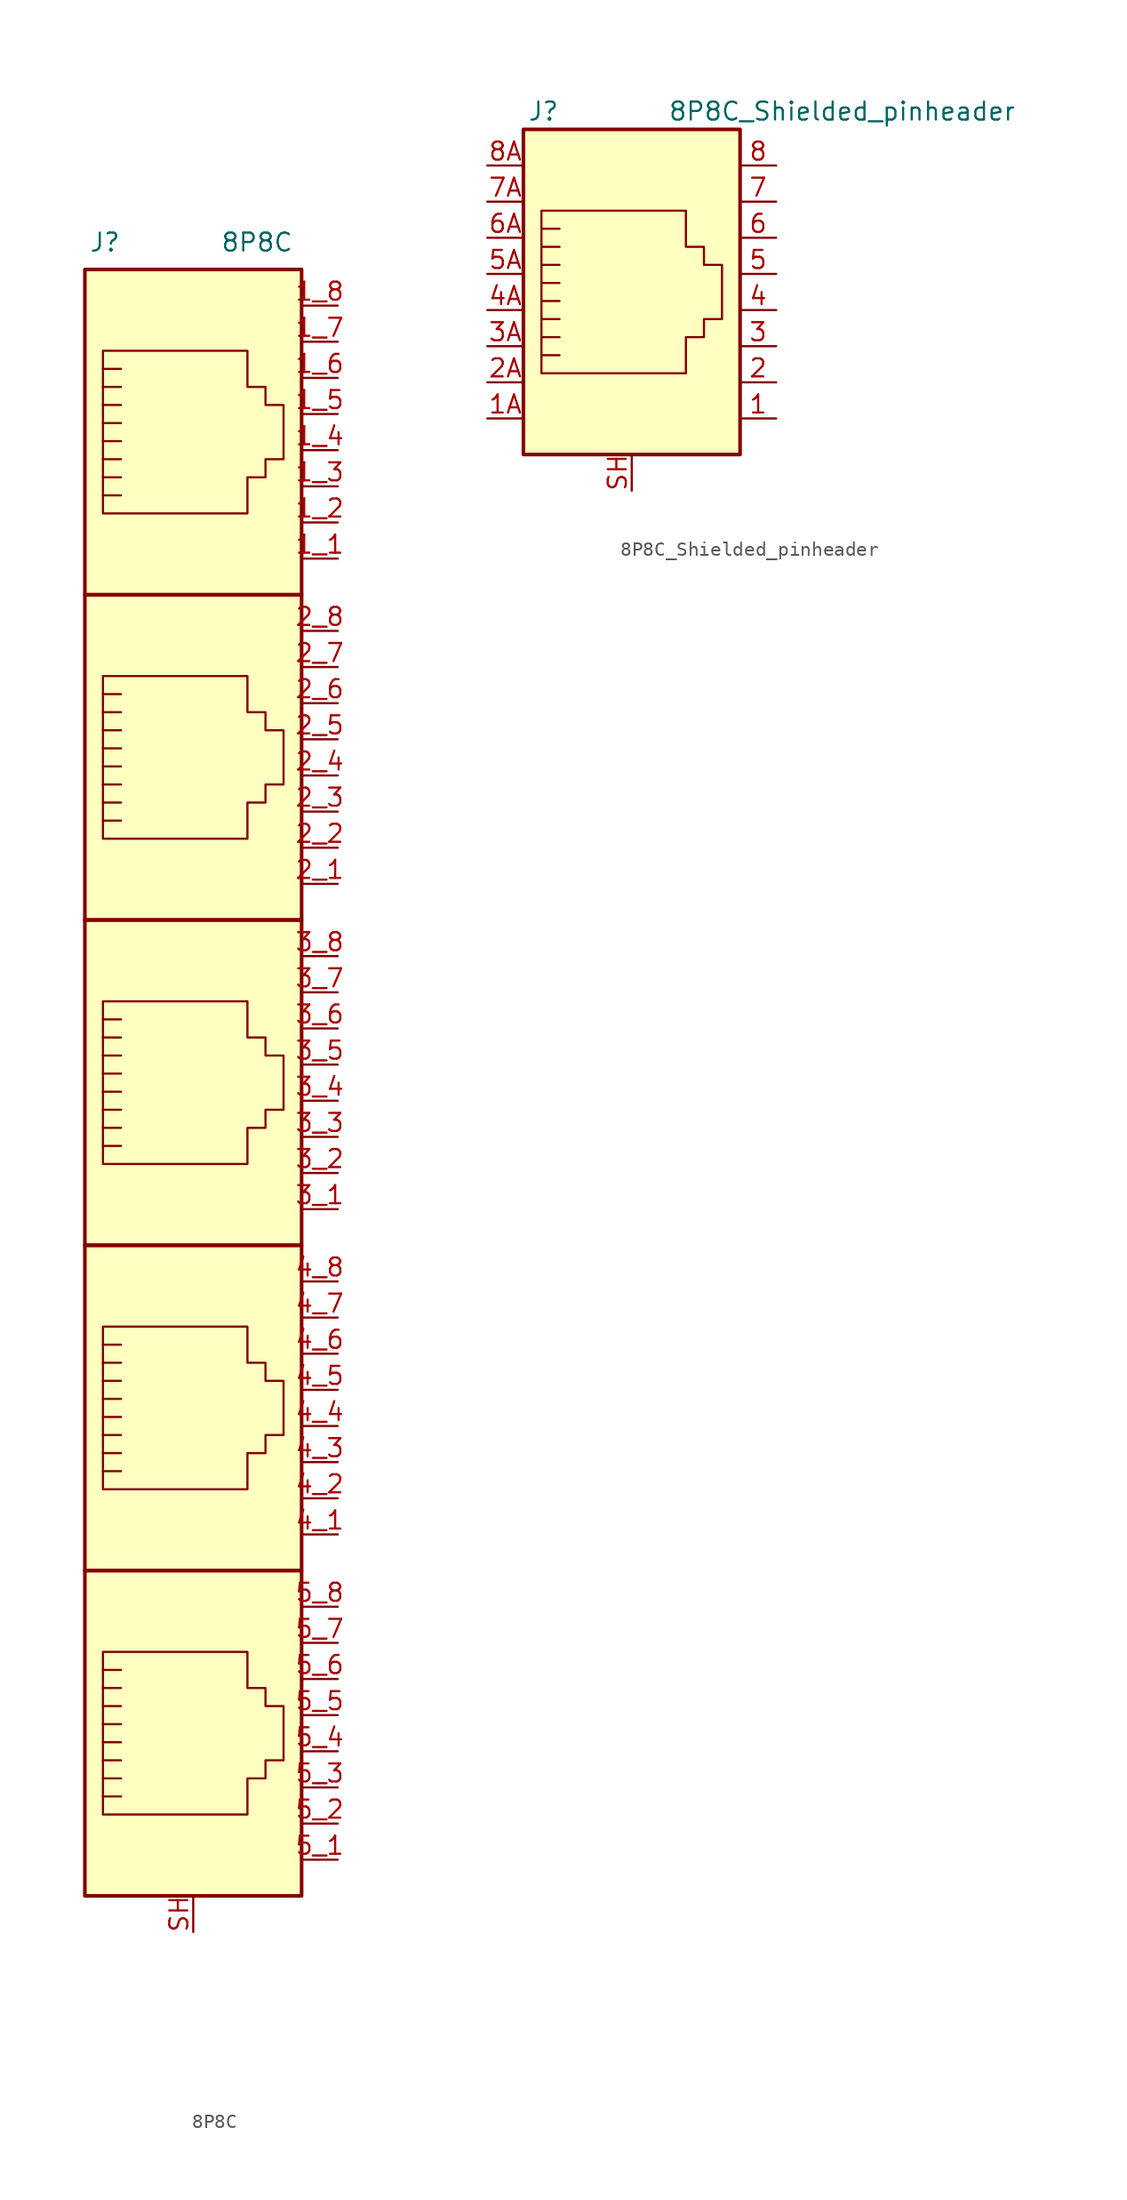
<source format=kicad_sym>
(kicad_symbol_lib
  (version 20231120)
  (generator "kicad_symbol_editor")
  (generator_version "8.0")
  (symbol "8P8C"
    (pin_names
      (offset 1.016))
    (property "Reference" "J"
      (at -5.08 60.325 0)
      (effects (font (size 1.27 1.27)) (justify right)))
    (property "Value" "8P8C"
      (at 1.905 60.325 0)
      (effects (font (size 1.27 1.27)) (justify left)))
    (symbol "8P8C_0_1"
      (polyline (pts (xy -5.08 4.445) (xy -6.35 4.445)) (stroke (width 0) (type solid)) (fill (type none)))
      (polyline (pts (xy -5.08 5.715) (xy -6.35 5.715)) (stroke (width 0) (type solid)) (fill (type none)))
      (polyline (pts (xy -6.35 -3.175) (xy -5.08 -3.175) (xy -5.08 -3.175)) (stroke (width 0) (type solid)) (fill (type none)))
      (polyline (pts (xy -6.35 -1.905) (xy -5.08 -1.905) (xy -5.08 -1.905)) (stroke (width 0) (type solid)) (fill (type none)))
      (polyline (pts (xy -6.35 -0.635) (xy -5.08 -0.635) (xy -5.08 -0.635)) (stroke (width 0) (type solid)) (fill (type none)))
      (polyline (pts (xy -6.35 0.635) (xy -5.08 0.635) (xy -5.08 0.635)) (stroke (width 0) (type solid)) (fill (type none)))
      (polyline (pts (xy -6.35 1.905) (xy -5.08 1.905) (xy -5.08 1.905)) (stroke (width 0) (type solid)) (fill (type none)))
      (polyline (pts (xy -5.08 3.175) (xy -6.35 3.175) (xy -6.35 3.175)) (stroke (width 0) (type solid)) (fill (type none)))
      (polyline (pts (xy -6.35 -4.445) (xy -6.35 6.985) (xy 3.81 6.985) (xy 3.81 4.445) (xy 5.08 4.445) (xy 5.08 3.175) (xy 6.35 3.175) (xy 6.35 -0.635) (xy 5.08 -0.635) (xy 5.08 -1.905) (xy 3.81 -1.905) (xy 3.81 -4.445) (xy -6.35 -4.445) (xy -6.35 -4.445)) (stroke (width 0) (type solid)) (fill (type none)))
      (rectangle (start 7.62 12.7) (end -7.62 -10.16) (stroke (width 0.254) (type solid)) (fill (type background))))
    (symbol "8P8C_1_1"
      (polyline (pts (xy -5.08 -41.275) (xy -6.35 -41.275)) (stroke (width 0) (type solid)) (fill (type none)))
      (polyline (pts (xy -5.08 -40.005) (xy -6.35 -40.005)) (stroke (width 0) (type solid)) (fill (type none)))
      (polyline (pts (xy -5.08 -18.415) (xy -6.35 -18.415)) (stroke (width 0) (type solid)) (fill (type none)))
      (polyline (pts (xy -5.08 -17.145) (xy -6.35 -17.145)) (stroke (width 0) (type solid)) (fill (type none)))
      (polyline (pts (xy -5.08 27.305) (xy -6.35 27.305)) (stroke (width 0) (type solid)) (fill (type none)))
      (polyline (pts (xy -5.08 28.575) (xy -6.35 28.575)) (stroke (width 0) (type solid)) (fill (type none)))
      (polyline (pts (xy -5.08 50.165) (xy -6.35 50.165)) (stroke (width 0) (type solid)) (fill (type none)))
      (polyline (pts (xy -5.08 51.435) (xy -6.35 51.435)) (stroke (width 0) (type solid)) (fill (type none)))
      (polyline (pts (xy -6.35 -48.895) (xy -5.08 -48.895) (xy -5.08 -48.895)) (stroke (width 0) (type solid)) (fill (type none)))
      (polyline (pts (xy -6.35 -47.625) (xy -5.08 -47.625) (xy -5.08 -47.625)) (stroke (width 0) (type solid)) (fill (type none)))
      (polyline (pts (xy -6.35 -46.355) (xy -5.08 -46.355) (xy -5.08 -46.355)) (stroke (width 0) (type solid)) (fill (type none)))
      (polyline (pts (xy -6.35 -45.085) (xy -5.08 -45.085) (xy -5.08 -45.085)) (stroke (width 0) (type solid)) (fill (type none)))
      (polyline (pts (xy -6.35 -43.815) (xy -5.08 -43.815) (xy -5.08 -43.815)) (stroke (width 0) (type solid)) (fill (type none)))
      (polyline (pts (xy -6.35 -26.035) (xy -5.08 -26.035) (xy -5.08 -26.035)) (stroke (width 0) (type solid)) (fill (type none)))
      (polyline (pts (xy -6.35 -24.765) (xy -5.08 -24.765) (xy -5.08 -24.765)) (stroke (width 0) (type solid)) (fill (type none)))
      (polyline (pts (xy -6.35 -23.495) (xy -5.08 -23.495) (xy -5.08 -23.495)) (stroke (width 0) (type solid)) (fill (type none)))
      (polyline (pts (xy -6.35 -22.225) (xy -5.08 -22.225) (xy -5.08 -22.225)) (stroke (width 0) (type solid)) (fill (type none)))
      (polyline (pts (xy -6.35 -20.955) (xy -5.08 -20.955) (xy -5.08 -20.955)) (stroke (width 0) (type solid)) (fill (type none)))
      (polyline (pts (xy -6.35 19.685) (xy -5.08 19.685) (xy -5.08 19.685)) (stroke (width 0) (type solid)) (fill (type none)))
      (polyline (pts (xy -6.35 20.955) (xy -5.08 20.955) (xy -5.08 20.955)) (stroke (width 0) (type solid)) (fill (type none)))
      (polyline (pts (xy -6.35 22.225) (xy -5.08 22.225) (xy -5.08 22.225)) (stroke (width 0) (type solid)) (fill (type none)))
      (polyline (pts (xy -6.35 23.495) (xy -5.08 23.495) (xy -5.08 23.495)) (stroke (width 0) (type solid)) (fill (type none)))
      (polyline (pts (xy -6.35 24.765) (xy -5.08 24.765) (xy -5.08 24.765)) (stroke (width 0) (type solid)) (fill (type none)))
      (polyline (pts (xy -6.35 42.545) (xy -5.08 42.545) (xy -5.08 42.545)) (stroke (width 0) (type solid)) (fill (type none)))
      (polyline (pts (xy -6.35 43.815) (xy -5.08 43.815) (xy -5.08 43.815)) (stroke (width 0) (type solid)) (fill (type none)))
      (polyline (pts (xy -6.35 45.085) (xy -5.08 45.085) (xy -5.08 45.085)) (stroke (width 0) (type solid)) (fill (type none)))
      (polyline (pts (xy -6.35 46.355) (xy -5.08 46.355) (xy -5.08 46.355)) (stroke (width 0) (type solid)) (fill (type none)))
      (polyline (pts (xy -6.35 47.625) (xy -5.08 47.625) (xy -5.08 47.625)) (stroke (width 0) (type solid)) (fill (type none)))
      (polyline (pts (xy -5.08 -42.545) (xy -6.35 -42.545) (xy -6.35 -42.545)) (stroke (width 0) (type solid)) (fill (type none)))
      (polyline (pts (xy -5.08 -19.685) (xy -6.35 -19.685) (xy -6.35 -19.685)) (stroke (width 0) (type solid)) (fill (type none)))
      (polyline (pts (xy -5.08 26.035) (xy -6.35 26.035) (xy -6.35 26.035)) (stroke (width 0) (type solid)) (fill (type none)))
      (polyline (pts (xy -5.08 48.895) (xy -6.35 48.895) (xy -6.35 48.895)) (stroke (width 0) (type solid)) (fill (type none)))
      (polyline (pts (xy -6.35 -50.165) (xy -6.35 -38.735) (xy 3.81 -38.735) (xy 3.81 -41.275) (xy 5.08 -41.275) (xy 5.08 -42.545) (xy 6.35 -42.545) (xy 6.35 -46.355) (xy 5.08 -46.355) (xy 5.08 -47.625) (xy 3.81 -47.625) (xy 3.81 -50.165) (xy -6.35 -50.165) (xy -6.35 -50.165)) (stroke (width 0) (type solid)) (fill (type none)))
      (polyline (pts (xy -6.35 -27.305) (xy -6.35 -15.875) (xy 3.81 -15.875) (xy 3.81 -18.415) (xy 5.08 -18.415) (xy 5.08 -19.685) (xy 6.35 -19.685) (xy 6.35 -23.495) (xy 5.08 -23.495) (xy 5.08 -24.765) (xy 3.81 -24.765) (xy 3.81 -27.305) (xy -6.35 -27.305) (xy -6.35 -27.305)) (stroke (width 0) (type solid)) (fill (type none)))
      (polyline (pts (xy -6.35 18.415) (xy -6.35 29.845) (xy 3.81 29.845) (xy 3.81 27.305) (xy 5.08 27.305) (xy 5.08 26.035) (xy 6.35 26.035) (xy 6.35 22.225) (xy 5.08 22.225) (xy 5.08 20.955) (xy 3.81 20.955) (xy 3.81 18.415) (xy -6.35 18.415) (xy -6.35 18.415)) (stroke (width 0) (type solid)) (fill (type none)))
      (polyline (pts (xy -6.35 41.275) (xy -6.35 52.705) (xy 3.81 52.705) (xy 3.81 50.165) (xy 5.08 50.165) (xy 5.08 48.895) (xy 6.35 48.895) (xy 6.35 45.085) (xy 5.08 45.085) (xy 5.08 43.815) (xy 3.81 43.815) (xy 3.81 41.275) (xy -6.35 41.275) (xy -6.35 41.275)) (stroke (width 0) (type solid)) (fill (type none)))
      (rectangle (start 7.62 -33.02) (end -7.62 -55.88) (stroke (width 0.254) (type solid)) (fill (type background)))
      (rectangle (start 7.62 -10.16) (end -7.62 -33.02) (stroke (width 0.254) (type solid)) (fill (type background)))
      (rectangle (start 7.62 35.56) (end -7.62 12.7) (stroke (width 0.254) (type solid)) (fill (type background)))
      (rectangle (start 7.62 58.42) (end -7.62 35.56) (stroke (width 0.254) (type solid)) (fill (type background)))
      (pin passive line (at 10.16 38.1 180) (length 2.54) (name "~" (effects (font (size 1.27 1.27)))) (number "1_1" (effects (font (size 1.27 1.27)))))
      (pin passive line (at 10.16 40.64 180) (length 2.54) (name "~" (effects (font (size 1.27 1.27)))) (number "1_2" (effects (font (size 1.27 1.27)))))
      (pin passive line (at 10.16 43.18 180) (length 2.54) (name "~" (effects (font (size 1.27 1.27)))) (number "1_3" (effects (font (size 1.27 1.27)))))
      (pin passive line (at 10.16 45.72 180) (length 2.54) (name "~" (effects (font (size 1.27 1.27)))) (number "1_4" (effects (font (size 1.27 1.27)))))
      (pin passive line (at 10.16 48.26 180) (length 2.54) (name "~" (effects (font (size 1.27 1.27)))) (number "1_5" (effects (font (size 1.27 1.27)))))
      (pin passive line (at 10.16 50.8 180) (length 2.54) (name "~" (effects (font (size 1.27 1.27)))) (number "1_6" (effects (font (size 1.27 1.27)))))
      (pin passive line (at 10.16 53.34 180) (length 2.54) (name "~" (effects (font (size 1.27 1.27)))) (number "1_7" (effects (font (size 1.27 1.27)))))
      (pin passive line (at 10.16 55.88 180) (length 2.54) (name "~" (effects (font (size 1.27 1.27)))) (number "1_8" (effects (font (size 1.27 1.27)))))
      (pin passive line (at 10.16 15.24 180) (length 2.54) (name "~" (effects (font (size 1.27 1.27)))) (number "2_1" (effects (font (size 1.27 1.27)))))
      (pin passive line (at 10.16 17.78 180) (length 2.54) (name "~" (effects (font (size 1.27 1.27)))) (number "2_2" (effects (font (size 1.27 1.27)))))
      (pin passive line (at 10.16 20.32 180) (length 2.54) (name "~" (effects (font (size 1.27 1.27)))) (number "2_3" (effects (font (size 1.27 1.27)))))
      (pin passive line (at 10.16 22.86 180) (length 2.54) (name "~" (effects (font (size 1.27 1.27)))) (number "2_4" (effects (font (size 1.27 1.27)))))
      (pin passive line (at 10.16 25.4 180) (length 2.54) (name "~" (effects (font (size 1.27 1.27)))) (number "2_5" (effects (font (size 1.27 1.27)))))
      (pin passive line (at 10.16 27.94 180) (length 2.54) (name "~" (effects (font (size 1.27 1.27)))) (number "2_6" (effects (font (size 1.27 1.27)))))
      (pin passive line (at 10.16 30.48 180) (length 2.54) (name "~" (effects (font (size 1.27 1.27)))) (number "2_7" (effects (font (size 1.27 1.27)))))
      (pin passive line (at 10.16 33.02 180) (length 2.54) (name "~" (effects (font (size 1.27 1.27)))) (number "2_8" (effects (font (size 1.27 1.27)))))
      (pin passive line (at 10.16 -7.62 180) (length 2.54) (name "~" (effects (font (size 1.27 1.27)))) (number "3_1" (effects (font (size 1.27 1.27)))))
      (pin passive line (at 10.16 -5.08 180) (length 2.54) (name "~" (effects (font (size 1.27 1.27)))) (number "3_2" (effects (font (size 1.27 1.27)))))
      (pin passive line (at 10.16 -2.54 180) (length 2.54) (name "~" (effects (font (size 1.27 1.27)))) (number "3_3" (effects (font (size 1.27 1.27)))))
      (pin passive line (at 10.16 0 180) (length 2.54) (name "~" (effects (font (size 1.27 1.27)))) (number "3_4" (effects (font (size 1.27 1.27)))))
      (pin passive line (at 10.16 2.54 180) (length 2.54) (name "~" (effects (font (size 1.27 1.27)))) (number "3_5" (effects (font (size 1.27 1.27)))))
      (pin passive line (at 10.16 5.08 180) (length 2.54) (name "~" (effects (font (size 1.27 1.27)))) (number "3_6" (effects (font (size 1.27 1.27)))))
      (pin passive line (at 10.16 7.62 180) (length 2.54) (name "~" (effects (font (size 1.27 1.27)))) (number "3_7" (effects (font (size 1.27 1.27)))))
      (pin passive line (at 10.16 10.16 180) (length 2.54) (name "~" (effects (font (size 1.27 1.27)))) (number "3_8" (effects (font (size 1.27 1.27)))))
      (pin passive line (at 10.16 -30.48 180) (length 2.54) (name "~" (effects (font (size 1.27 1.27)))) (number "4_1" (effects (font (size 1.27 1.27)))))
      (pin passive line (at 10.16 -27.94 180) (length 2.54) (name "~" (effects (font (size 1.27 1.27)))) (number "4_2" (effects (font (size 1.27 1.27)))))
      (pin passive line (at 10.16 -25.4 180) (length 2.54) (name "~" (effects (font (size 1.27 1.27)))) (number "4_3" (effects (font (size 1.27 1.27)))))
      (pin passive line (at 10.16 -22.86 180) (length 2.54) (name "~" (effects (font (size 1.27 1.27)))) (number "4_4" (effects (font (size 1.27 1.27)))))
      (pin passive line (at 10.16 -20.32 180) (length 2.54) (name "~" (effects (font (size 1.27 1.27)))) (number "4_5" (effects (font (size 1.27 1.27)))))
      (pin passive line (at 10.16 -17.78 180) (length 2.54) (name "~" (effects (font (size 1.27 1.27)))) (number "4_6" (effects (font (size 1.27 1.27)))))
      (pin passive line (at 10.16 -15.24 180) (length 2.54) (name "~" (effects (font (size 1.27 1.27)))) (number "4_7" (effects (font (size 1.27 1.27)))))
      (pin passive line (at 10.16 -12.7 180) (length 2.54) (name "~" (effects (font (size 1.27 1.27)))) (number "4_8" (effects (font (size 1.27 1.27)))))
      (pin passive line (at 10.16 -53.34 180) (length 2.54) (name "~" (effects (font (size 1.27 1.27)))) (number "5_1" (effects (font (size 1.27 1.27)))))
      (pin passive line (at 10.16 -50.8 180) (length 2.54) (name "~" (effects (font (size 1.27 1.27)))) (number "5_2" (effects (font (size 1.27 1.27)))))
      (pin passive line (at 10.16 -48.26 180) (length 2.54) (name "~" (effects (font (size 1.27 1.27)))) (number "5_3" (effects (font (size 1.27 1.27)))))
      (pin passive line (at 10.16 -45.72 180) (length 2.54) (name "~" (effects (font (size 1.27 1.27)))) (number "5_4" (effects (font (size 1.27 1.27)))))
      (pin passive line (at 10.16 -43.18 180) (length 2.54) (name "~" (effects (font (size 1.27 1.27)))) (number "5_5" (effects (font (size 1.27 1.27)))))
      (pin passive line (at 10.16 -40.64 180) (length 2.54) (name "~" (effects (font (size 1.27 1.27)))) (number "5_6" (effects (font (size 1.27 1.27)))))
      (pin passive line (at 10.16 -38.1 180) (length 2.54) (name "~" (effects (font (size 1.27 1.27)))) (number "5_7" (effects (font (size 1.27 1.27)))))
      (pin passive line (at 10.16 -35.56 180) (length 2.54) (name "~" (effects (font (size 1.27 1.27)))) (number "5_8" (effects (font (size 1.27 1.27)))))
      (pin passive line (at 0 -58.42 90) (length 2.54) (name "~" (effects (font (size 1.27 1.27)))) (number "SH" (effects (font (size 1.27 1.27)))))))
  (symbol "8P8C_Shielded_pinheader"
    (pin_names
      (offset 1.016))
    (property "Reference" "J"
      (at -5.08 13.97 0)
      (effects (font (size 1.27 1.27)) (justify right)))
    (property "Value" "8P8C_Shielded_pinheader"
      (at 2.54 13.97 0)
      (effects (font (size 1.27 1.27)) (justify left)))
    (symbol "8P8C_Shielded_pinheader_0_1"
      (polyline (pts (xy -5.08 4.445) (xy -6.35 4.445)) (stroke (width 0) (type solid)) (fill (type none)))
      (polyline (pts (xy -5.08 5.715) (xy -6.35 5.715)) (stroke (width 0) (type solid)) (fill (type none)))
      (polyline (pts (xy -6.35 -3.175) (xy -5.08 -3.175) (xy -5.08 -3.175)) (stroke (width 0) (type solid)) (fill (type none)))
      (polyline (pts (xy -6.35 -1.905) (xy -5.08 -1.905) (xy -5.08 -1.905)) (stroke (width 0) (type solid)) (fill (type none)))
      (polyline (pts (xy -6.35 -0.635) (xy -5.08 -0.635) (xy -5.08 -0.635)) (stroke (width 0) (type solid)) (fill (type none)))
      (polyline (pts (xy -6.35 0.635) (xy -5.08 0.635) (xy -5.08 0.635)) (stroke (width 0) (type solid)) (fill (type none)))
      (polyline (pts (xy -6.35 1.905) (xy -5.08 1.905) (xy -5.08 1.905)) (stroke (width 0) (type solid)) (fill (type none)))
      (polyline (pts (xy -5.08 3.175) (xy -6.35 3.175) (xy -6.35 3.175)) (stroke (width 0) (type solid)) (fill (type none)))
      (polyline (pts (xy -6.35 -4.445) (xy -6.35 6.985) (xy 3.81 6.985) (xy 3.81 4.445) (xy 5.08 4.445) (xy 5.08 3.175) (xy 6.35 3.175) (xy 6.35 -0.635) (xy 5.08 -0.635) (xy 5.08 -1.905) (xy 3.81 -1.905) (xy 3.81 -4.445) (xy -6.35 -4.445) (xy -6.35 -4.445)) (stroke (width 0) (type solid)) (fill (type none)))
      (rectangle (start 7.62 12.7) (end -7.62 -10.16) (stroke (width 0.254) (type solid)) (fill (type background))))
    (symbol "8P8C_Shielded_pinheader_1_1"
      (pin passive line (at 10.16 -7.62 180) (length 2.54) (name "~" (effects (font (size 1.27 1.27)))) (number "1" (effects (font (size 1.27 1.27)))))
      (pin passive line (at -10.16 -7.62 0) (length 2.54) (name "~" (effects (font (size 1.27 1.27)))) (number "1A" (effects (font (size 1.27 1.27)))))
      (pin passive line (at 10.16 -5.08 180) (length 2.54) (name "~" (effects (font (size 1.27 1.27)))) (number "2" (effects (font (size 1.27 1.27)))))
      (pin passive line (at -10.16 -5.08 0) (length 2.54) (name "~" (effects (font (size 1.27 1.27)))) (number "2A" (effects (font (size 1.27 1.27)))))
      (pin passive line (at 10.16 -2.54 180) (length 2.54) (name "~" (effects (font (size 1.27 1.27)))) (number "3" (effects (font (size 1.27 1.27)))))
      (pin passive line (at -10.16 -2.54 0) (length 2.54) (name "~" (effects (font (size 1.27 1.27)))) (number "3A" (effects (font (size 1.27 1.27)))))
      (pin passive line (at 10.16 0 180) (length 2.54) (name "~" (effects (font (size 1.27 1.27)))) (number "4" (effects (font (size 1.27 1.27)))))
      (pin passive line (at -10.16 0 0) (length 2.54) (name "~" (effects (font (size 1.27 1.27)))) (number "4A" (effects (font (size 1.27 1.27)))))
      (pin passive line (at 10.16 2.54 180) (length 2.54) (name "~" (effects (font (size 1.27 1.27)))) (number "5" (effects (font (size 1.27 1.27)))))
      (pin passive line (at -10.16 2.54 0) (length 2.54) (name "~" (effects (font (size 1.27 1.27)))) (number "5A" (effects (font (size 1.27 1.27)))))
      (pin passive line (at 10.16 5.08 180) (length 2.54) (name "~" (effects (font (size 1.27 1.27)))) (number "6" (effects (font (size 1.27 1.27)))))
      (pin passive line (at -10.16 5.08 0) (length 2.54) (name "~" (effects (font (size 1.27 1.27)))) (number "6A" (effects (font (size 1.27 1.27)))))
      (pin passive line (at 10.16 7.62 180) (length 2.54) (name "~" (effects (font (size 1.27 1.27)))) (number "7" (effects (font (size 1.27 1.27)))))
      (pin passive line (at -10.16 7.62 0) (length 2.54) (name "~" (effects (font (size 1.27 1.27)))) (number "7A" (effects (font (size 1.27 1.27)))))
      (pin passive line (at 10.16 10.16 180) (length 2.54) (name "~" (effects (font (size 1.27 1.27)))) (number "8" (effects (font (size 1.27 1.27)))))
      (pin passive line (at -10.16 10.16 0) (length 2.54) (name "~" (effects (font (size 1.27 1.27)))) (number "8A" (effects (font (size 1.27 1.27)))))
      (pin passive line (at 0 -12.7 90) (length 2.54) (name "~" (effects (font (size 1.27 1.27)))) (number "SH" (effects (font (size 1.27 1.27))))))))
</source>
